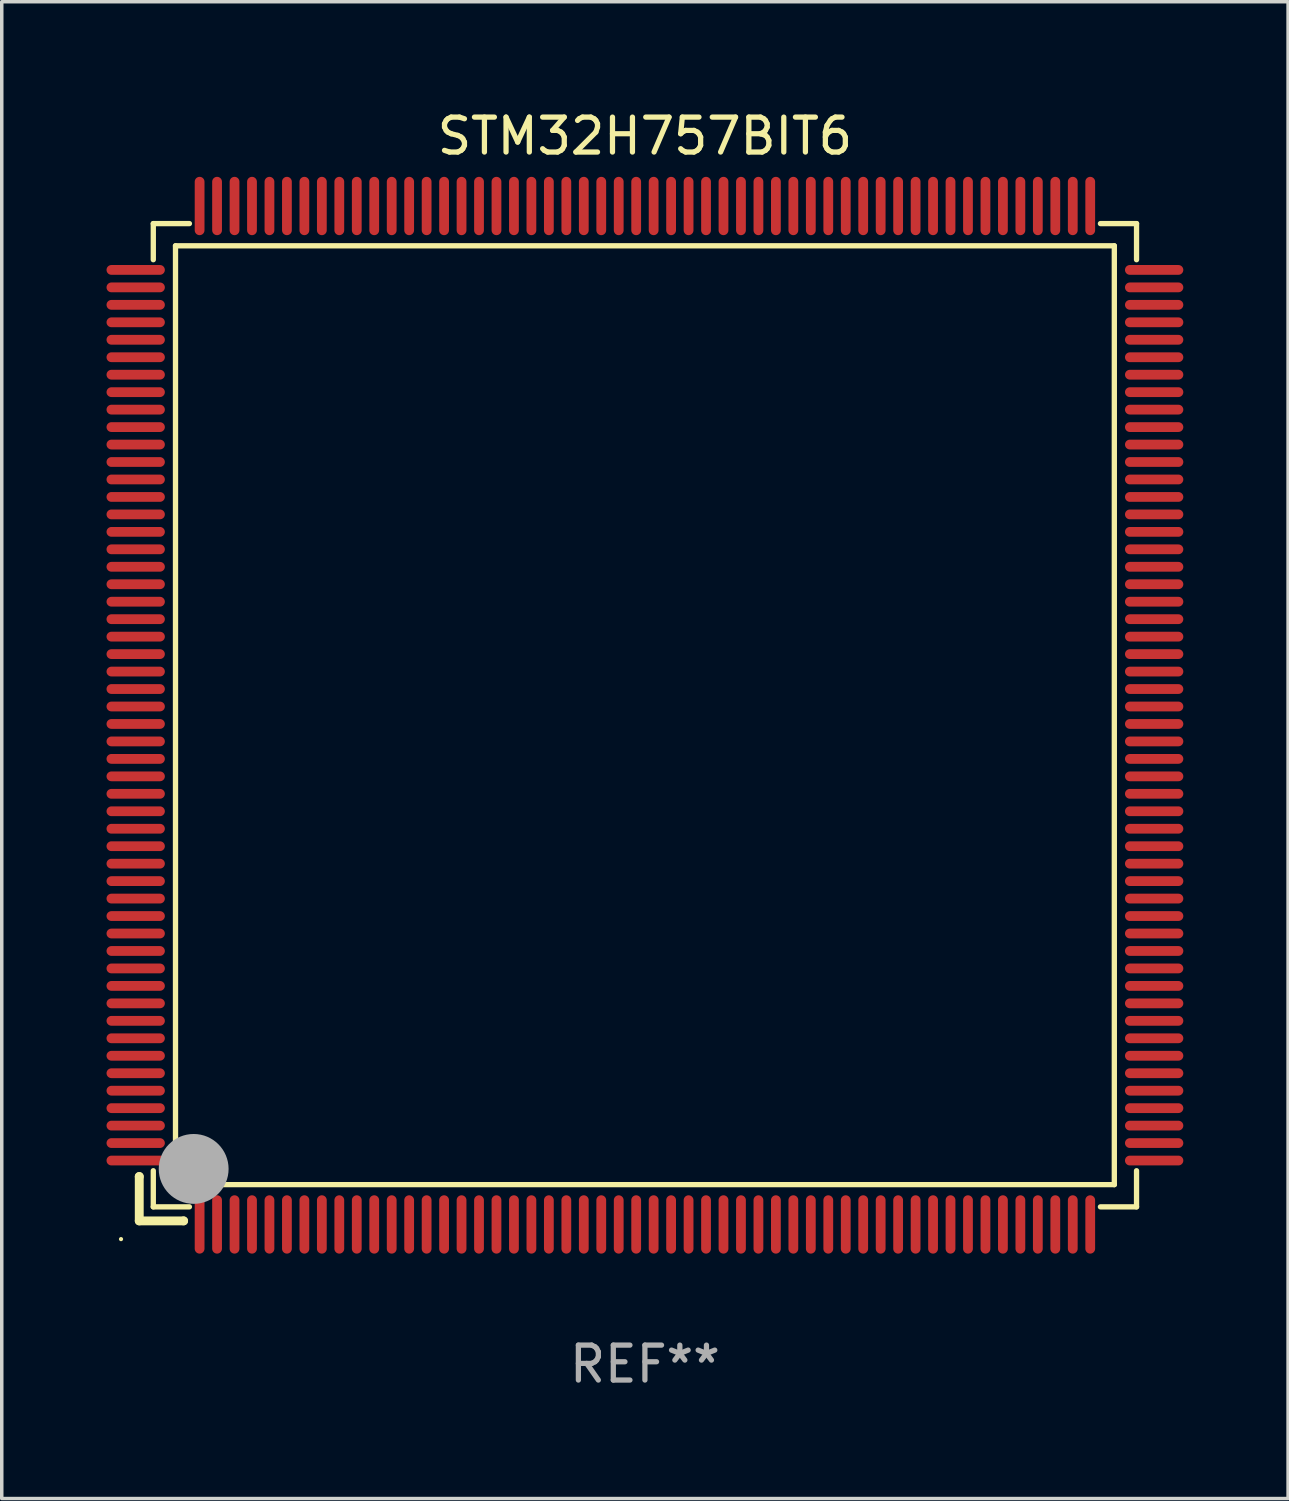
<source format=kicad_pcb>
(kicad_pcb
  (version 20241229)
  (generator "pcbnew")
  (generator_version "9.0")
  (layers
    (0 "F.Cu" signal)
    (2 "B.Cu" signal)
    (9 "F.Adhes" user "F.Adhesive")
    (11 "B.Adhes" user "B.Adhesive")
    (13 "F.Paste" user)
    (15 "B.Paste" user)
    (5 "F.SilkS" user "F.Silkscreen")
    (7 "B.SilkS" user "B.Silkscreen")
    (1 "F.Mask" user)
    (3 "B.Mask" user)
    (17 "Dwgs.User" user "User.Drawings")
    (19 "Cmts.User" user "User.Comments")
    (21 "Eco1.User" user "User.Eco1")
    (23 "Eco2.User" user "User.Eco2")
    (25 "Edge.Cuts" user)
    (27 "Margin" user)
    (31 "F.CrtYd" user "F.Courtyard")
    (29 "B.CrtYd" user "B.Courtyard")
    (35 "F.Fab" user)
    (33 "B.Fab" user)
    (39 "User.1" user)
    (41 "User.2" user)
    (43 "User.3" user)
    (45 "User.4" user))
  (footprint "STM32H757BIT6"
    (layer "F.Cu")
    (at 15.415 17.428)
    (property "Reference" "STM32H757BIT6" (at 0 -16.58 0) (layer "F.SilkS") (effects (font (size 1 1) (thickness 0.15))))
    (attr through_hole)
    (fp_line (start -14.478 13.208) (end -14.478 13.208) (stroke (width 0.254) (type solid)) (layer "F.SilkS"))
    (fp_line (start -14.478 13.208) (end -14.478 14.478) (stroke (width 0.254) (type solid)) (layer "F.SilkS"))
    (fp_line (start -14.478 14.478) (end -13.208 14.478) (stroke (width 0.254) (type solid)) (layer "F.SilkS"))
    (fp_line (start -14.076 -14.076) (end -14.076 -13.042) (stroke (width 0.152) (type solid)) (layer "F.SilkS"))
    (fp_line (start -14.076 14.076) (end -14.076 13.042) (stroke (width 0.152) (type solid)) (layer "F.SilkS"))
    (fp_line (start -13.44 -13.44) (end 13.44 -13.44) (stroke (width 0.152) (type solid)) (layer "F.SilkS"))
    (fp_line (start -13.44 13.44) (end -13.44 -13.44) (stroke (width 0.152) (type solid)) (layer "F.SilkS"))
    (fp_line (start -13.208 14.478) (end -13.208 14.478) (stroke (width 0.254) (type solid)) (layer "F.SilkS"))
    (fp_line (start -13.042 -14.076) (end -14.076 -14.076) (stroke (width 0.152) (type solid)) (layer "F.SilkS"))
    (fp_line (start -13.042 14.076) (end -14.076 14.076) (stroke (width 0.152) (type solid)) (layer "F.SilkS"))
    (fp_line (start 13.042 -14.076) (end 14.076 -14.076) (stroke (width 0.152) (type solid)) (layer "F.SilkS"))
    (fp_line (start 13.042 14.076) (end 14.076 14.076) (stroke (width 0.152) (type solid)) (layer "F.SilkS"))
    (fp_line (start 13.44 -13.44) (end 13.44 13.44) (stroke (width 0.152) (type solid)) (layer "F.SilkS"))
    (fp_line (start 13.44 13.44) (end -13.44 13.44) (stroke (width 0.152) (type solid)) (layer "F.SilkS"))
    (fp_line (start 14.076 -14.076) (end 14.076 -13.042) (stroke (width 0.152) (type solid)) (layer "F.SilkS"))
    (fp_line (start 14.076 14.076) (end 14.076 13.042) (stroke (width 0.152) (type solid)) (layer "F.SilkS"))
    (fp_circle (center -15 15) (end -14.97 15) (stroke (width 0.06) (type solid)) (fill no) (layer "F.SilkS"))
    (fp_circle (center -13.138 13.138) (end -13.063 13.138) (stroke (width 0.15) (type solid)) (fill no) (layer "F.SilkS"))
    (fp_circle (center -12.92 12.99) (end -12.42 12.99) (stroke (width 1) (type solid)) (fill no) (layer "F.Fab"))
    (fp_text user "REF**" (at 0 18.58 0) (layer "F.Fab") (effects (font (size 1 1) (thickness 0.15))))
    (pad "1" smd oval (at -12.75 14.58) (size 0.28 1.67) (layers "F.Cu" "F.Mask" "F.Paste"))
    (pad "2" smd oval (at -12.25 14.58) (size 0.28 1.67) (layers "F.Cu" "F.Mask" "F.Paste"))
    (pad "3" smd oval (at -11.75 14.58) (size 0.28 1.67) (layers "F.Cu" "F.Mask" "F.Paste"))
    (pad "4" smd oval (at -11.25 14.58) (size 0.28 1.67) (layers "F.Cu" "F.Mask" "F.Paste"))
    (pad "5" smd oval (at -10.75 14.58) (size 0.28 1.67) (layers "F.Cu" "F.Mask" "F.Paste"))
    (pad "6" smd oval (at -10.25 14.58) (size 0.28 1.67) (layers "F.Cu" "F.Mask" "F.Paste"))
    (pad "7" smd oval (at -9.75 14.58) (size 0.28 1.67) (layers "F.Cu" "F.Mask" "F.Paste"))
    (pad "8" smd oval (at -9.25 14.58) (size 0.28 1.67) (layers "F.Cu" "F.Mask" "F.Paste"))
    (pad "9" smd oval (at -8.75 14.58) (size 0.28 1.67) (layers "F.Cu" "F.Mask" "F.Paste"))
    (pad "10" smd oval (at -8.25 14.58) (size 0.28 1.67) (layers "F.Cu" "F.Mask" "F.Paste"))
    (pad "11" smd oval (at -7.75 14.58) (size 0.28 1.67) (layers "F.Cu" "F.Mask" "F.Paste"))
    (pad "12" smd oval (at -7.25 14.58) (size 0.28 1.67) (layers "F.Cu" "F.Mask" "F.Paste"))
    (pad "13" smd oval (at -6.75 14.58) (size 0.28 1.67) (layers "F.Cu" "F.Mask" "F.Paste"))
    (pad "14" smd oval (at -6.25 14.58) (size 0.28 1.67) (layers "F.Cu" "F.Mask" "F.Paste"))
    (pad "15" smd oval (at -5.75 14.58) (size 0.28 1.67) (layers "F.Cu" "F.Mask" "F.Paste"))
    (pad "16" smd oval (at -5.25 14.58) (size 0.28 1.67) (layers "F.Cu" "F.Mask" "F.Paste"))
    (pad "17" smd oval (at -4.75 14.58) (size 0.28 1.67) (layers "F.Cu" "F.Mask" "F.Paste"))
    (pad "18" smd oval (at -4.25 14.58) (size 0.28 1.67) (layers "F.Cu" "F.Mask" "F.Paste"))
    (pad "19" smd oval (at -3.75 14.58) (size 0.28 1.67) (layers "F.Cu" "F.Mask" "F.Paste"))
    (pad "20" smd oval (at -3.25 14.58) (size 0.28 1.67) (layers "F.Cu" "F.Mask" "F.Paste"))
    (pad "21" smd oval (at -2.75 14.58) (size 0.28 1.67) (layers "F.Cu" "F.Mask" "F.Paste"))
    (pad "22" smd oval (at -2.25 14.58) (size 0.28 1.67) (layers "F.Cu" "F.Mask" "F.Paste"))
    (pad "23" smd oval (at -1.75 14.58) (size 0.28 1.67) (layers "F.Cu" "F.Mask" "F.Paste"))
    (pad "24" smd oval (at -1.25 14.58) (size 0.28 1.67) (layers "F.Cu" "F.Mask" "F.Paste"))
    (pad "25" smd oval (at -0.75 14.58) (size 0.28 1.67) (layers "F.Cu" "F.Mask" "F.Paste"))
    (pad "26" smd oval (at -0.25 14.58) (size 0.28 1.67) (layers "F.Cu" "F.Mask" "F.Paste"))
    (pad "27" smd oval (at 0.25 14.58) (size 0.28 1.67) (layers "F.Cu" "F.Mask" "F.Paste"))
    (pad "28" smd oval (at 0.75 14.58) (size 0.28 1.67) (layers "F.Cu" "F.Mask" "F.Paste"))
    (pad "29" smd oval (at 1.25 14.58) (size 0.28 1.67) (layers "F.Cu" "F.Mask" "F.Paste"))
    (pad "30" smd oval (at 1.75 14.58) (size 0.28 1.67) (layers "F.Cu" "F.Mask" "F.Paste"))
    (pad "31" smd oval (at 2.25 14.58) (size 0.28 1.67) (layers "F.Cu" "F.Mask" "F.Paste"))
    (pad "32" smd oval (at 2.75 14.58) (size 0.28 1.67) (layers "F.Cu" "F.Mask" "F.Paste"))
    (pad "33" smd oval (at 3.25 14.58) (size 0.28 1.67) (layers "F.Cu" "F.Mask" "F.Paste"))
    (pad "34" smd oval (at 3.75 14.58) (size 0.28 1.67) (layers "F.Cu" "F.Mask" "F.Paste"))
    (pad "35" smd oval (at 4.25 14.58) (size 0.28 1.67) (layers "F.Cu" "F.Mask" "F.Paste"))
    (pad "36" smd oval (at 4.75 14.58) (size 0.28 1.67) (layers "F.Cu" "F.Mask" "F.Paste"))
    (pad "37" smd oval (at 5.25 14.58) (size 0.28 1.67) (layers "F.Cu" "F.Mask" "F.Paste"))
    (pad "38" smd oval (at 5.75 14.58) (size 0.28 1.67) (layers "F.Cu" "F.Mask" "F.Paste"))
    (pad "39" smd oval (at 6.25 14.58) (size 0.28 1.67) (layers "F.Cu" "F.Mask" "F.Paste"))
    (pad "40" smd oval (at 6.75 14.58) (size 0.28 1.67) (layers "F.Cu" "F.Mask" "F.Paste"))
    (pad "41" smd oval (at 7.25 14.58) (size 0.28 1.67) (layers "F.Cu" "F.Mask" "F.Paste"))
    (pad "42" smd oval (at 7.75 14.58) (size 0.28 1.67) (layers "F.Cu" "F.Mask" "F.Paste"))
    (pad "43" smd oval (at 8.25 14.58) (size 0.28 1.67) (layers "F.Cu" "F.Mask" "F.Paste"))
    (pad "44" smd oval (at 8.75 14.58) (size 0.28 1.67) (layers "F.Cu" "F.Mask" "F.Paste"))
    (pad "45" smd oval (at 9.25 14.58) (size 0.28 1.67) (layers "F.Cu" "F.Mask" "F.Paste"))
    (pad "46" smd oval (at 9.75 14.58) (size 0.28 1.67) (layers "F.Cu" "F.Mask" "F.Paste"))
    (pad "47" smd oval (at 10.25 14.58) (size 0.28 1.67) (layers "F.Cu" "F.Mask" "F.Paste"))
    (pad "48" smd oval (at 10.75 14.58) (size 0.28 1.67) (layers "F.Cu" "F.Mask" "F.Paste"))
    (pad "49" smd oval (at 11.25 14.58) (size 0.28 1.67) (layers "F.Cu" "F.Mask" "F.Paste"))
    (pad "50" smd oval (at 11.75 14.58) (size 0.28 1.67) (layers "F.Cu" "F.Mask" "F.Paste"))
    (pad "51" smd oval (at 12.25 14.58) (size 0.28 1.67) (layers "F.Cu" "F.Mask" "F.Paste"))
    (pad "52" smd oval (at 12.75 14.58) (size 0.28 1.67) (layers "F.Cu" "F.Mask" "F.Paste"))
    (pad "53" smd oval (at 14.58 12.75) (size 1.67 0.28) (layers "F.Cu" "F.Mask" "F.Paste"))
    (pad "54" smd oval (at 14.58 12.25) (size 1.67 0.28) (layers "F.Cu" "F.Mask" "F.Paste"))
    (pad "55" smd oval (at 14.58 11.75) (size 1.67 0.28) (layers "F.Cu" "F.Mask" "F.Paste"))
    (pad "56" smd oval (at 14.58 11.25) (size 1.67 0.28) (layers "F.Cu" "F.Mask" "F.Paste"))
    (pad "57" smd oval (at 14.58 10.75) (size 1.67 0.28) (layers "F.Cu" "F.Mask" "F.Paste"))
    (pad "58" smd oval (at 14.58 10.25) (size 1.67 0.28) (layers "F.Cu" "F.Mask" "F.Paste"))
    (pad "59" smd oval (at 14.58 9.75) (size 1.67 0.28) (layers "F.Cu" "F.Mask" "F.Paste"))
    (pad "60" smd oval (at 14.58 9.25) (size 1.67 0.28) (layers "F.Cu" "F.Mask" "F.Paste"))
    (pad "61" smd oval (at 14.58 8.75) (size 1.67 0.28) (layers "F.Cu" "F.Mask" "F.Paste"))
    (pad "62" smd oval (at 14.58 8.25) (size 1.67 0.28) (layers "F.Cu" "F.Mask" "F.Paste"))
    (pad "63" smd oval (at 14.58 7.75) (size 1.67 0.28) (layers "F.Cu" "F.Mask" "F.Paste"))
    (pad "64" smd oval (at 14.58 7.25) (size 1.67 0.28) (layers "F.Cu" "F.Mask" "F.Paste"))
    (pad "65" smd oval (at 14.58 6.75) (size 1.67 0.28) (layers "F.Cu" "F.Mask" "F.Paste"))
    (pad "66" smd oval (at 14.58 6.25) (size 1.67 0.28) (layers "F.Cu" "F.Mask" "F.Paste"))
    (pad "67" smd oval (at 14.58 5.75) (size 1.67 0.28) (layers "F.Cu" "F.Mask" "F.Paste"))
    (pad "68" smd oval (at 14.58 5.25) (size 1.67 0.28) (layers "F.Cu" "F.Mask" "F.Paste"))
    (pad "69" smd oval (at 14.58 4.75) (size 1.67 0.28) (layers "F.Cu" "F.Mask" "F.Paste"))
    (pad "70" smd oval (at 14.58 4.25) (size 1.67 0.28) (layers "F.Cu" "F.Mask" "F.Paste"))
    (pad "71" smd oval (at 14.58 3.75) (size 1.67 0.28) (layers "F.Cu" "F.Mask" "F.Paste"))
    (pad "72" smd oval (at 14.58 3.25) (size 1.67 0.28) (layers "F.Cu" "F.Mask" "F.Paste"))
    (pad "73" smd oval (at 14.58 2.75) (size 1.67 0.28) (layers "F.Cu" "F.Mask" "F.Paste"))
    (pad "74" smd oval (at 14.58 2.25) (size 1.67 0.28) (layers "F.Cu" "F.Mask" "F.Paste"))
    (pad "75" smd oval (at 14.58 1.75) (size 1.67 0.28) (layers "F.Cu" "F.Mask" "F.Paste"))
    (pad "76" smd oval (at 14.58 1.25) (size 1.67 0.28) (layers "F.Cu" "F.Mask" "F.Paste"))
    (pad "77" smd oval (at 14.58 0.75) (size 1.67 0.28) (layers "F.Cu" "F.Mask" "F.Paste"))
    (pad "78" smd oval (at 14.58 0.25) (size 1.67 0.28) (layers "F.Cu" "F.Mask" "F.Paste"))
    (pad "79" smd oval (at 14.58 -0.25) (size 1.67 0.28) (layers "F.Cu" "F.Mask" "F.Paste"))
    (pad "80" smd oval (at 14.58 -0.75) (size 1.67 0.28) (layers "F.Cu" "F.Mask" "F.Paste"))
    (pad "81" smd oval (at 14.58 -1.25) (size 1.67 0.28) (layers "F.Cu" "F.Mask" "F.Paste"))
    (pad "82" smd oval (at 14.58 -1.75) (size 1.67 0.28) (layers "F.Cu" "F.Mask" "F.Paste"))
    (pad "83" smd oval (at 14.58 -2.25) (size 1.67 0.28) (layers "F.Cu" "F.Mask" "F.Paste"))
    (pad "84" smd oval (at 14.58 -2.75) (size 1.67 0.28) (layers "F.Cu" "F.Mask" "F.Paste"))
    (pad "85" smd oval (at 14.58 -3.25) (size 1.67 0.28) (layers "F.Cu" "F.Mask" "F.Paste"))
    (pad "86" smd oval (at 14.58 -3.75) (size 1.67 0.28) (layers "F.Cu" "F.Mask" "F.Paste"))
    (pad "87" smd oval (at 14.58 -4.25) (size 1.67 0.28) (layers "F.Cu" "F.Mask" "F.Paste"))
    (pad "88" smd oval (at 14.58 -4.75) (size 1.67 0.28) (layers "F.Cu" "F.Mask" "F.Paste"))
    (pad "89" smd oval (at 14.58 -5.25) (size 1.67 0.28) (layers "F.Cu" "F.Mask" "F.Paste"))
    (pad "90" smd oval (at 14.58 -5.75) (size 1.67 0.28) (layers "F.Cu" "F.Mask" "F.Paste"))
    (pad "91" smd oval (at 14.58 -6.25) (size 1.67 0.28) (layers "F.Cu" "F.Mask" "F.Paste"))
    (pad "92" smd oval (at 14.58 -6.75) (size 1.67 0.28) (layers "F.Cu" "F.Mask" "F.Paste"))
    (pad "93" smd oval (at 14.58 -7.25) (size 1.67 0.28) (layers "F.Cu" "F.Mask" "F.Paste"))
    (pad "94" smd oval (at 14.58 -7.75) (size 1.67 0.28) (layers "F.Cu" "F.Mask" "F.Paste"))
    (pad "95" smd oval (at 14.58 -8.25) (size 1.67 0.28) (layers "F.Cu" "F.Mask" "F.Paste"))
    (pad "96" smd oval (at 14.58 -8.75) (size 1.67 0.28) (layers "F.Cu" "F.Mask" "F.Paste"))
    (pad "97" smd oval (at 14.58 -9.25) (size 1.67 0.28) (layers "F.Cu" "F.Mask" "F.Paste"))
    (pad "98" smd oval (at 14.58 -9.75) (size 1.67 0.28) (layers "F.Cu" "F.Mask" "F.Paste"))
    (pad "99" smd oval (at 14.58 -10.25) (size 1.67 0.28) (layers "F.Cu" "F.Mask" "F.Paste"))
    (pad "100" smd oval (at 14.58 -10.75) (size 1.67 0.28) (layers "F.Cu" "F.Mask" "F.Paste"))
    (pad "101" smd oval (at 14.58 -11.25) (size 1.67 0.28) (layers "F.Cu" "F.Mask" "F.Paste"))
    (pad "102" smd oval (at 14.58 -11.75) (size 1.67 0.28) (layers "F.Cu" "F.Mask" "F.Paste"))
    (pad "103" smd oval (at 14.58 -12.25) (size 1.67 0.28) (layers "F.Cu" "F.Mask" "F.Paste"))
    (pad "104" smd oval (at 14.58 -12.75) (size 1.67 0.28) (layers "F.Cu" "F.Mask" "F.Paste"))
    (pad "105" smd oval (at 12.75 -14.58) (size 0.28 1.67) (layers "F.Cu" "F.Mask" "F.Paste"))
    (pad "106" smd oval (at 12.25 -14.58) (size 0.28 1.67) (layers "F.Cu" "F.Mask" "F.Paste"))
    (pad "107" smd oval (at 11.75 -14.58) (size 0.28 1.67) (layers "F.Cu" "F.Mask" "F.Paste"))
    (pad "108" smd oval (at 11.25 -14.58) (size 0.28 1.67) (layers "F.Cu" "F.Mask" "F.Paste"))
    (pad "109" smd oval (at 10.75 -14.58) (size 0.28 1.67) (layers "F.Cu" "F.Mask" "F.Paste"))
    (pad "110" smd oval (at 10.25 -14.58) (size 0.28 1.67) (layers "F.Cu" "F.Mask" "F.Paste"))
    (pad "111" smd oval (at 9.75 -14.58) (size 0.28 1.67) (layers "F.Cu" "F.Mask" "F.Paste"))
    (pad "112" smd oval (at 9.25 -14.58) (size 0.28 1.67) (layers "F.Cu" "F.Mask" "F.Paste"))
    (pad "113" smd oval (at 8.75 -14.58) (size 0.28 1.67) (layers "F.Cu" "F.Mask" "F.Paste"))
    (pad "114" smd oval (at 8.25 -14.58) (size 0.28 1.67) (layers "F.Cu" "F.Mask" "F.Paste"))
    (pad "115" smd oval (at 7.75 -14.58) (size 0.28 1.67) (layers "F.Cu" "F.Mask" "F.Paste"))
    (pad "116" smd oval (at 7.25 -14.58) (size 0.28 1.67) (layers "F.Cu" "F.Mask" "F.Paste"))
    (pad "117" smd oval (at 6.75 -14.58) (size 0.28 1.67) (layers "F.Cu" "F.Mask" "F.Paste"))
    (pad "118" smd oval (at 6.25 -14.58) (size 0.28 1.67) (layers "F.Cu" "F.Mask" "F.Paste"))
    (pad "119" smd oval (at 5.75 -14.58) (size 0.28 1.67) (layers "F.Cu" "F.Mask" "F.Paste"))
    (pad "120" smd oval (at 5.25 -14.58) (size 0.28 1.67) (layers "F.Cu" "F.Mask" "F.Paste"))
    (pad "121" smd oval (at 4.75 -14.58) (size 0.28 1.67) (layers "F.Cu" "F.Mask" "F.Paste"))
    (pad "122" smd oval (at 4.25 -14.58) (size 0.28 1.67) (layers "F.Cu" "F.Mask" "F.Paste"))
    (pad "123" smd oval (at 3.75 -14.58) (size 0.28 1.67) (layers "F.Cu" "F.Mask" "F.Paste"))
    (pad "124" smd oval (at 3.25 -14.58) (size 0.28 1.67) (layers "F.Cu" "F.Mask" "F.Paste"))
    (pad "125" smd oval (at 2.75 -14.58) (size 0.28 1.67) (layers "F.Cu" "F.Mask" "F.Paste"))
    (pad "126" smd oval (at 2.25 -14.58) (size 0.28 1.67) (layers "F.Cu" "F.Mask" "F.Paste"))
    (pad "127" smd oval (at 1.75 -14.58) (size 0.28 1.67) (layers "F.Cu" "F.Mask" "F.Paste"))
    (pad "128" smd oval (at 1.25 -14.58) (size 0.28 1.67) (layers "F.Cu" "F.Mask" "F.Paste"))
    (pad "129" smd oval (at 0.75 -14.58) (size 0.28 1.67) (layers "F.Cu" "F.Mask" "F.Paste"))
    (pad "130" smd oval (at 0.25 -14.58) (size 0.28 1.67) (layers "F.Cu" "F.Mask" "F.Paste"))
    (pad "131" smd oval (at -0.25 -14.58) (size 0.28 1.67) (layers "F.Cu" "F.Mask" "F.Paste"))
    (pad "132" smd oval (at -0.75 -14.58) (size 0.28 1.67) (layers "F.Cu" "F.Mask" "F.Paste"))
    (pad "133" smd oval (at -1.25 -14.58) (size 0.28 1.67) (layers "F.Cu" "F.Mask" "F.Paste"))
    (pad "134" smd oval (at -1.75 -14.58) (size 0.28 1.67) (layers "F.Cu" "F.Mask" "F.Paste"))
    (pad "135" smd oval (at -2.25 -14.58) (size 0.28 1.67) (layers "F.Cu" "F.Mask" "F.Paste"))
    (pad "136" smd oval (at -2.75 -14.58) (size 0.28 1.67) (layers "F.Cu" "F.Mask" "F.Paste"))
    (pad "137" smd oval (at -3.25 -14.58) (size 0.28 1.67) (layers "F.Cu" "F.Mask" "F.Paste"))
    (pad "138" smd oval (at -3.75 -14.58) (size 0.28 1.67) (layers "F.Cu" "F.Mask" "F.Paste"))
    (pad "139" smd oval (at -4.25 -14.58) (size 0.28 1.67) (layers "F.Cu" "F.Mask" "F.Paste"))
    (pad "140" smd oval (at -4.75 -14.58) (size 0.28 1.67) (layers "F.Cu" "F.Mask" "F.Paste"))
    (pad "141" smd oval (at -5.25 -14.58) (size 0.28 1.67) (layers "F.Cu" "F.Mask" "F.Paste"))
    (pad "142" smd oval (at -5.75 -14.58) (size 0.28 1.67) (layers "F.Cu" "F.Mask" "F.Paste"))
    (pad "143" smd oval (at -6.25 -14.58) (size 0.28 1.67) (layers "F.Cu" "F.Mask" "F.Paste"))
    (pad "144" smd oval (at -6.75 -14.58) (size 0.28 1.67) (layers "F.Cu" "F.Mask" "F.Paste"))
    (pad "145" smd oval (at -7.25 -14.58) (size 0.28 1.67) (layers "F.Cu" "F.Mask" "F.Paste"))
    (pad "146" smd oval (at -7.75 -14.58) (size 0.28 1.67) (layers "F.Cu" "F.Mask" "F.Paste"))
    (pad "147" smd oval (at -8.25 -14.58) (size 0.28 1.67) (layers "F.Cu" "F.Mask" "F.Paste"))
    (pad "148" smd oval (at -8.75 -14.58) (size 0.28 1.67) (layers "F.Cu" "F.Mask" "F.Paste"))
    (pad "149" smd oval (at -9.25 -14.58) (size 0.28 1.67) (layers "F.Cu" "F.Mask" "F.Paste"))
    (pad "150" smd oval (at -9.75 -14.58) (size 0.28 1.67) (layers "F.Cu" "F.Mask" "F.Paste"))
    (pad "151" smd oval (at -10.25 -14.58) (size 0.28 1.67) (layers "F.Cu" "F.Mask" "F.Paste"))
    (pad "152" smd oval (at -10.75 -14.58) (size 0.28 1.67) (layers "F.Cu" "F.Mask" "F.Paste"))
    (pad "153" smd oval (at -11.25 -14.58) (size 0.28 1.67) (layers "F.Cu" "F.Mask" "F.Paste"))
    (pad "154" smd oval (at -11.75 -14.58) (size 0.28 1.67) (layers "F.Cu" "F.Mask" "F.Paste"))
    (pad "155" smd oval (at -12.25 -14.58) (size 0.28 1.67) (layers "F.Cu" "F.Mask" "F.Paste"))
    (pad "156" smd oval (at -12.75 -14.58) (size 0.28 1.67) (layers "F.Cu" "F.Mask" "F.Paste"))
    (pad "157" smd oval (at -14.58 -12.75) (size 1.67 0.28) (layers "F.Cu" "F.Mask" "F.Paste"))
    (pad "158" smd oval (at -14.58 -12.25) (size 1.67 0.28) (layers "F.Cu" "F.Mask" "F.Paste"))
    (pad "159" smd oval (at -14.58 -11.75) (size 1.67 0.28) (layers "F.Cu" "F.Mask" "F.Paste"))
    (pad "160" smd oval (at -14.58 -11.25) (size 1.67 0.28) (layers "F.Cu" "F.Mask" "F.Paste"))
    (pad "161" smd oval (at -14.58 -10.75) (size 1.67 0.28) (layers "F.Cu" "F.Mask" "F.Paste"))
    (pad "162" smd oval (at -14.58 -10.25) (size 1.67 0.28) (layers "F.Cu" "F.Mask" "F.Paste"))
    (pad "163" smd oval (at -14.58 -9.75) (size 1.67 0.28) (layers "F.Cu" "F.Mask" "F.Paste"))
    (pad "164" smd oval (at -14.58 -9.25) (size 1.67 0.28) (layers "F.Cu" "F.Mask" "F.Paste"))
    (pad "165" smd oval (at -14.58 -8.75) (size 1.67 0.28) (layers "F.Cu" "F.Mask" "F.Paste"))
    (pad "166" smd oval (at -14.58 -8.25) (size 1.67 0.28) (layers "F.Cu" "F.Mask" "F.Paste"))
    (pad "167" smd oval (at -14.58 -7.75) (size 1.67 0.28) (layers "F.Cu" "F.Mask" "F.Paste"))
    (pad "168" smd oval (at -14.58 -7.25) (size 1.67 0.28) (layers "F.Cu" "F.Mask" "F.Paste"))
    (pad "169" smd oval (at -14.58 -6.75) (size 1.67 0.28) (layers "F.Cu" "F.Mask" "F.Paste"))
    (pad "170" smd oval (at -14.58 -6.25) (size 1.67 0.28) (layers "F.Cu" "F.Mask" "F.Paste"))
    (pad "171" smd oval (at -14.58 -5.75) (size 1.67 0.28) (layers "F.Cu" "F.Mask" "F.Paste"))
    (pad "172" smd oval (at -14.58 -5.25) (size 1.67 0.28) (layers "F.Cu" "F.Mask" "F.Paste"))
    (pad "173" smd oval (at -14.58 -4.75) (size 1.67 0.28) (layers "F.Cu" "F.Mask" "F.Paste"))
    (pad "174" smd oval (at -14.58 -4.25) (size 1.67 0.28) (layers "F.Cu" "F.Mask" "F.Paste"))
    (pad "175" smd oval (at -14.58 -3.75) (size 1.67 0.28) (layers "F.Cu" "F.Mask" "F.Paste"))
    (pad "176" smd oval (at -14.58 -3.25) (size 1.67 0.28) (layers "F.Cu" "F.Mask" "F.Paste"))
    (pad "177" smd oval (at -14.58 -2.75) (size 1.67 0.28) (layers "F.Cu" "F.Mask" "F.Paste"))
    (pad "178" smd oval (at -14.58 -2.25) (size 1.67 0.28) (layers "F.Cu" "F.Mask" "F.Paste"))
    (pad "179" smd oval (at -14.58 -1.75) (size 1.67 0.28) (layers "F.Cu" "F.Mask" "F.Paste"))
    (pad "180" smd oval (at -14.58 -1.25) (size 1.67 0.28) (layers "F.Cu" "F.Mask" "F.Paste"))
    (pad "181" smd oval (at -14.58 -0.75) (size 1.67 0.28) (layers "F.Cu" "F.Mask" "F.Paste"))
    (pad "182" smd oval (at -14.58 -0.25) (size 1.67 0.28) (layers "F.Cu" "F.Mask" "F.Paste"))
    (pad "183" smd oval (at -14.58 0.25) (size 1.67 0.28) (layers "F.Cu" "F.Mask" "F.Paste"))
    (pad "184" smd oval (at -14.58 0.75) (size 1.67 0.28) (layers "F.Cu" "F.Mask" "F.Paste"))
    (pad "185" smd oval (at -14.58 1.25) (size 1.67 0.28) (layers "F.Cu" "F.Mask" "F.Paste"))
    (pad "186" smd oval (at -14.58 1.75) (size 1.67 0.28) (layers "F.Cu" "F.Mask" "F.Paste"))
    (pad "187" smd oval (at -14.58 2.25) (size 1.67 0.28) (layers "F.Cu" "F.Mask" "F.Paste"))
    (pad "188" smd oval (at -14.58 2.75) (size 1.67 0.28) (layers "F.Cu" "F.Mask" "F.Paste"))
    (pad "189" smd oval (at -14.58 3.25) (size 1.67 0.28) (layers "F.Cu" "F.Mask" "F.Paste"))
    (pad "190" smd oval (at -14.58 3.75) (size 1.67 0.28) (layers "F.Cu" "F.Mask" "F.Paste"))
    (pad "191" smd oval (at -14.58 4.25) (size 1.67 0.28) (layers "F.Cu" "F.Mask" "F.Paste"))
    (pad "192" smd oval (at -14.58 4.75) (size 1.67 0.28) (layers "F.Cu" "F.Mask" "F.Paste"))
    (pad "193" smd oval (at -14.58 5.25) (size 1.67 0.28) (layers "F.Cu" "F.Mask" "F.Paste"))
    (pad "194" smd oval (at -14.58 5.75) (size 1.67 0.28) (layers "F.Cu" "F.Mask" "F.Paste"))
    (pad "195" smd oval (at -14.58 6.25) (size 1.67 0.28) (layers "F.Cu" "F.Mask" "F.Paste"))
    (pad "196" smd oval (at -14.58 6.75) (size 1.67 0.28) (layers "F.Cu" "F.Mask" "F.Paste"))
    (pad "197" smd oval (at -14.58 7.25) (size 1.67 0.28) (layers "F.Cu" "F.Mask" "F.Paste"))
    (pad "198" smd oval (at -14.58 7.75) (size 1.67 0.28) (layers "F.Cu" "F.Mask" "F.Paste"))
    (pad "199" smd oval (at -14.58 8.25) (size 1.67 0.28) (layers "F.Cu" "F.Mask" "F.Paste"))
    (pad "200" smd oval (at -14.58 8.75) (size 1.67 0.28) (layers "F.Cu" "F.Mask" "F.Paste"))
    (pad "201" smd oval (at -14.58 9.25) (size 1.67 0.28) (layers "F.Cu" "F.Mask" "F.Paste"))
    (pad "202" smd oval (at -14.58 9.75) (size 1.67 0.28) (layers "F.Cu" "F.Mask" "F.Paste"))
    (pad "203" smd oval (at -14.58 10.25) (size 1.67 0.28) (layers "F.Cu" "F.Mask" "F.Paste"))
    (pad "204" smd oval (at -14.58 10.75) (size 1.67 0.28) (layers "F.Cu" "F.Mask" "F.Paste"))
    (pad "205" smd oval (at -14.58 11.25) (size 1.67 0.28) (layers "F.Cu" "F.Mask" "F.Paste"))
    (pad "206" smd oval (at -14.58 11.75) (size 1.67 0.28) (layers "F.Cu" "F.Mask" "F.Paste"))
    (pad "207" smd oval (at -14.58 12.25) (size 1.67 0.28) (layers "F.Cu" "F.Mask" "F.Paste"))
    (pad "208" smd oval (at -14.58 12.75) (size 1.67 0.28) (layers "F.Cu" "F.Mask" "F.Paste")))
  (gr_rect
    (start -3 -3)
    (end 33.83 39.856)
    (stroke (width 0.1) (type default))
    (fill no)
    (layer "Edge.Cuts")))
</source>
